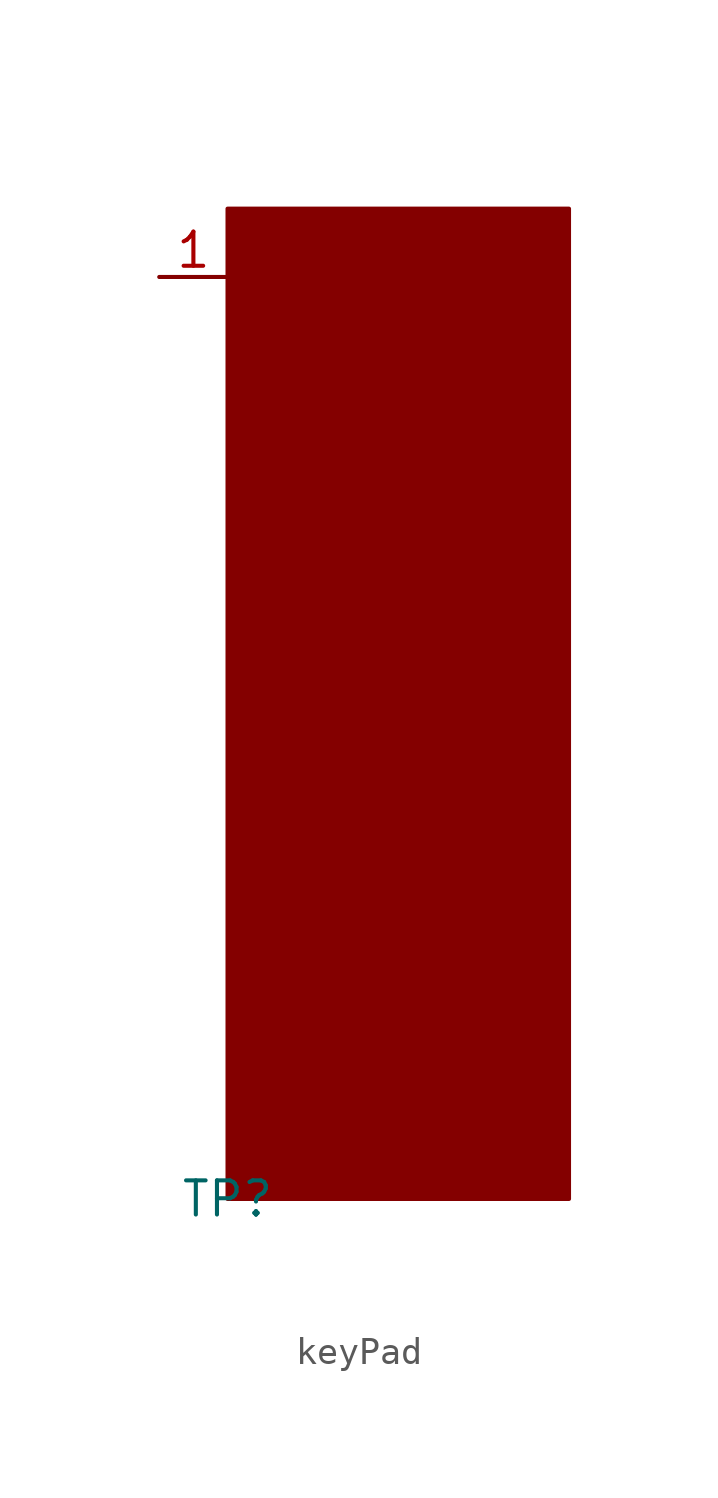
<source format=kicad_sym>
(kicad_symbol_lib
  (version 20231120)
  (generator "kicad_symbol_editor")
  (generator_version "8.0")
  (symbol "keyPad"
    (property "Reference" "TP"
      (at 0 0 0)
      (effects (font (size 1.27 1.27))))
    (property "Value" ""
      (at 0 0 0)
      (effects (font (size 1.27 1.27))))
    (symbol "keyPad_1_1"
      (rectangle (start 0 36.83) (end 12.7 0) (stroke (width 0) (type default)) (fill (type outline)))
      (pin input line (at -2.54 34.29 0) (length 2.54) (name "" (effects (font (size 1.27 1.27)))) (number "1" (effects (font (size 1.27 1.27))))))))
</source>
